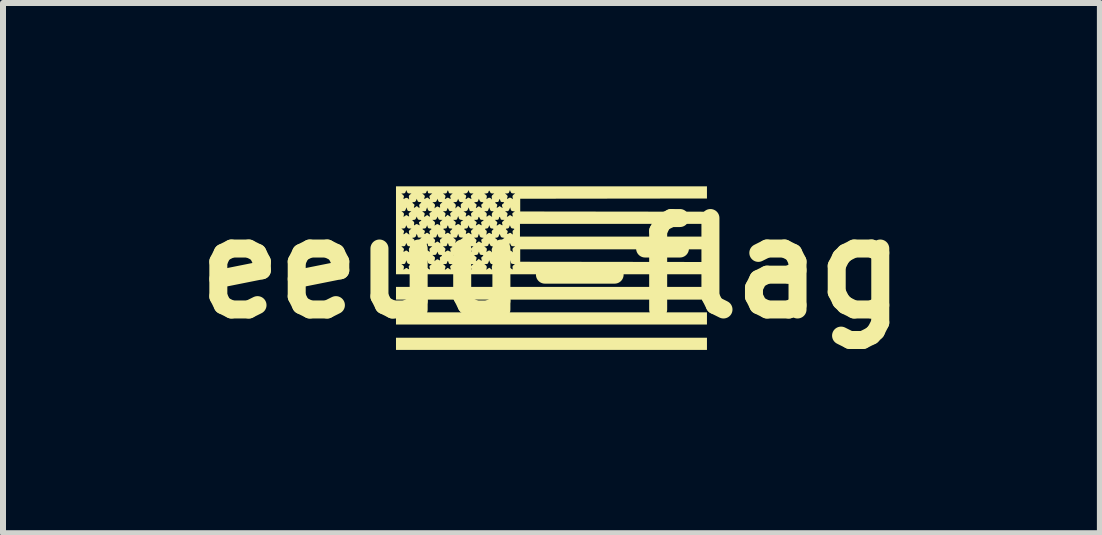
<source format=kicad_pcb>
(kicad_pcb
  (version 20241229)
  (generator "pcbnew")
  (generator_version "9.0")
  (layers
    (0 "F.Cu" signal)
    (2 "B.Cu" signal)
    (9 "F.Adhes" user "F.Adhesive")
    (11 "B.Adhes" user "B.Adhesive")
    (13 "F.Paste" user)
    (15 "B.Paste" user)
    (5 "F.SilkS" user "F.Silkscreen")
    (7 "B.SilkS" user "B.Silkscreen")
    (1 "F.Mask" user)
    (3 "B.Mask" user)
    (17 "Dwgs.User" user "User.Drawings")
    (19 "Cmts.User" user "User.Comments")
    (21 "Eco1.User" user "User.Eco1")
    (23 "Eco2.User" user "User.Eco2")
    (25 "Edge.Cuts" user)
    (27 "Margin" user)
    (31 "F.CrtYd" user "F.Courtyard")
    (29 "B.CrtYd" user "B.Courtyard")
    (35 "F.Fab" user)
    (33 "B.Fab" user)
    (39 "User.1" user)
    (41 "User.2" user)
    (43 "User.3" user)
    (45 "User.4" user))
  (footprint "eeuu-flag"
    (layer "F.Cu")
    (at 6.14 1.418)
    (property "Reference" "eeuu-flag" (at 0 0 0) (layer "F.SilkS") (effects (font (size 1.524 1.524) (thickness 0.3))))
    (attr board_only exclude_from_pos_files exclude_from_bom)
    (fp_poly (pts (xy 2.591 0.525) (xy -2.591 0.525) (xy -2.591 0.313) (xy 2.591 0.313)) (stroke (width 0) (type solid)) (fill yes) (layer "F.SilkS"))
    (fp_poly (pts (xy 2.591 0.94) (xy -2.591 0.94) (xy -2.591 0.737) (xy 2.591 0.737)) (stroke (width 0) (type solid)) (fill yes) (layer "F.SilkS"))
    (fp_poly (pts (xy 2.591 1.363) (xy -2.591 1.363) (xy -2.591 1.16) (xy 2.591 1.16)) (stroke (width 0) (type solid)) (fill yes) (layer "F.SilkS"))
    (fp_poly (pts (xy 2.591 -1.16) (xy 1.035 -1.158) (xy -0.521 -1.156) (xy -0.521 -0.944) (xy 1.035 -0.942) (xy 2.591 -0.94) (xy 2.591 -0.737) (xy -0.525 -0.737) (xy -0.525 -0.525) (xy 2.591 -0.525) (xy 2.591 -0.313) (xy 1.035 -0.313) (xy -0.521 -0.313) (xy -0.521 -0.106) (xy 2.591 -0.102) (xy 2.591 0.000022) (xy 2.591 0.102) (xy -2.591 0.102) (xy -2.591 -0.067) (xy -2.502 -0.067) (xy -2.478 -0.05) (xy -2.463 -0.035) (xy -2.458 -0.02) (xy -2.461 -0.002) (xy -2.466 0.028) (xy -2.442 0.011) (xy -2.424 -0.000485) (xy -2.413 -0.002) (xy -2.399 0.006) (xy -2.394 0.01) (xy -2.378 0.019) (xy -2.371 0.015) (xy -2.375 -0.002) (xy -2.378 -0.013) (xy -2.38 -0.027) (xy -2.369 -0.041) (xy -2.36 -0.048) (xy -2.335 -0.067) (xy -2.347 -0.068) (xy -2.155 -0.068) (xy -2.131 -0.049) (xy -2.115 -0.034) (xy -2.112 -0.021) (xy -2.116 -0.006) (xy -2.123 0.017) (xy -2.121 0.026) (xy -2.109 0.022) (xy -2.091 0.009) (xy -2.076 -0.002) (xy -2.066 -0.002) (xy -2.052 0.01) (xy -2.051 0.01) (xy -2.034 0.022) (xy -2.026 0.02) (xy -2.027 0.004) (xy -2.03 -0.007) (xy -2.035 -0.026) (xy -2.029 -0.038) (xy -2.017 -0.048) (xy -1.994 -0.063) (xy -2.023 -0.068) (xy -2.023 -0.068) (xy -1.808 -0.068) (xy -1.784 -0.049) (xy -1.768 -0.034) (xy -1.765 -0.021) (xy -1.769 -0.006) (xy -1.775 0.012) (xy -1.778 0.022) (xy -1.773 0.026) (xy -1.759 0.019) (xy -1.746 0.009) (xy -1.734 -0.002) (xy -1.724 -0.002) (xy -1.709 0.007) (xy -1.706 0.01) (xy -1.688 0.022) (xy -1.68 0.021) (xy -1.681 0.006) (xy -1.685 -0.005) (xy -1.69 -0.023) (xy -1.685 -0.035) (xy -1.671 -0.049) (xy -1.648 -0.067) (xy -1.466 -0.067) (xy -1.441 -0.048) (xy -1.425 -0.033) (xy -1.421 -0.019) (xy -1.423 -0.013) (xy -1.43 0.011) (xy -1.428 0.021) (xy -1.415 0.017) (xy -1.396 0.003) (xy -1.385 -0.004) (xy -1.372 0.0003) (xy -1.361 0.008) (xy -1.342 0.022) (xy -1.334 0.023) (xy -1.335 0.011) (xy -1.34 -0.001) (xy -1.344 -0.02) (xy -1.34 -0.033) (xy -1.325 -0.047) (xy -1.324 -0.048) (xy -1.3 -0.068) (xy -1.331 -0.068) (xy -1.332 -0.068) (xy -1.12 -0.068) (xy -1.097 -0.05) (xy -1.082 -0.035) (xy -1.078 -0.019) (xy -1.08 -0.002) (xy -1.086 0.028) (xy -1.037 -0.007) (xy -1.012 0.011) (xy -0.988 0.029) (xy -0.994 0.000248) (xy -0.995 -0.024) (xy -0.986 -0.042) (xy -0.981 -0.048) (xy -0.962 -0.068) (xy -0.775 -0.068) (xy -0.75 -0.048) (xy -0.734 -0.033) (xy -0.729 -0.021) (xy -0.734 -0.006) (xy -0.735 -0.005) (xy -0.743 0.017) (xy -0.743 0.025) (xy -0.731 0.022) (xy -0.711 0.008) (xy -0.692 -0.002) (xy -0.682 -0.001) (xy -0.682 -0.000199) (xy -0.67 0.01) (xy -0.659 0.017) (xy -0.648 0.022) (xy -0.645 0.017) (xy -0.648 -0.001) (xy -0.648 -0.002) (xy -0.65 -0.025) (xy -0.642 -0.04) (xy -0.631 -0.049) (xy -0.609 -0.067) (xy -0.64 -0.069) (xy -0.662 -0.073) (xy -0.673 -0.083) (xy -0.68 -0.102) (xy -0.688 -0.131) (xy -0.702 -0.1) (xy -0.713 -0.079) (xy -0.725 -0.07) (xy -0.745 -0.068) (xy -0.775 -0.068) (xy -0.962 -0.068) (xy -0.962 -0.068) (xy -0.988 -0.068) (xy -1.006 -0.07) (xy -1.017 -0.081) (xy -1.026 -0.099) (xy -1.038 -0.131) (xy -1.049 -0.099) (xy -1.058 -0.079) (xy -1.069 -0.07) (xy -1.088 -0.068) (xy -1.09 -0.068) (xy -1.12 -0.068) (xy -1.332 -0.068) (xy -1.352 -0.07) (xy -1.363 -0.074) (xy -1.363 -0.076) (xy -1.366 -0.089) (xy -1.373 -0.107) (xy -1.382 -0.131) (xy -1.392 -0.102) (xy -1.402 -0.081) (xy -1.415 -0.072) (xy -1.435 -0.069) (xy -1.466 -0.067) (xy -1.648 -0.067) (xy -1.647 -0.068) (xy -1.678 -0.068) (xy -1.699 -0.069) (xy -1.709 -0.077) (xy -1.715 -0.093) (xy -1.72 -0.111) (xy -1.727 -0.119) (xy -1.727 -0.119) (xy -1.734 -0.111) (xy -1.74 -0.094) (xy -1.74 -0.093) (xy -1.746 -0.076) (xy -1.757 -0.069) (xy -1.777 -0.068) (xy -1.808 -0.068) (xy -2.023 -0.068) (xy -2.044 -0.074) (xy -2.057 -0.088) (xy -2.062 -0.102) (xy -2.072 -0.131) (xy -2.082 -0.107) (xy -2.089 -0.088) (xy -2.091 -0.076) (xy -2.099 -0.071) (xy -2.117 -0.068) (xy -2.123 -0.068) (xy -2.155 -0.068) (xy -2.347 -0.068) (xy -2.367 -0.069) (xy -2.389 -0.073) (xy -2.401 -0.084) (xy -2.409 -0.102) (xy -2.419 -0.131) (xy -2.429 -0.099) (xy -2.438 -0.079) (xy -2.449 -0.07) (xy -2.469 -0.067) (xy -2.471 -0.067) (xy -2.502 -0.067) (xy -2.591 -0.067) (xy -2.591 -0.209) (xy -2.318 -0.209) (xy -2.306 -0.197) (xy -2.299 -0.191) (xy -2.285 -0.179) (xy -2.283 -0.165) (xy -2.286 -0.156) (xy -2.293 -0.133) (xy -2.291 -0.125) (xy -2.28 -0.129) (xy -2.269 -0.136) (xy -2.243 -0.154) (xy -2.223 -0.136) (xy -2.207 -0.124) (xy -2.198 -0.126) (xy -2.2 -0.142) (xy -2.202 -0.151) (xy -2.206 -0.168) (xy -2.2 -0.182) (xy -2.189 -0.192) (xy -2.172 -0.208) (xy -2.17 -0.217) (xy -2.181 -0.22) (xy -1.985 -0.22) (xy -1.962 -0.2) (xy -1.946 -0.185) (xy -1.941 -0.17) (xy -1.944 -0.148) (xy -1.95 -0.115) (xy -1.926 -0.134) (xy -1.909 -0.146) (xy -1.897 -0.147) (xy -1.883 -0.14) (xy -1.864 -0.129) (xy -1.857 -0.131) (xy -1.857 -0.146) (xy -1.859 -0.156) (xy -1.861 -0.176) (xy -1.855 -0.186) (xy -1.847 -0.19) (xy -1.831 -0.2) (xy -1.826 -0.208) (xy -1.826 -0.216) (xy -1.84 -0.22) (xy -1.851 -0.22) (xy -1.637 -0.22) (xy -1.614 -0.196) (xy -1.599 -0.177) (xy -1.595 -0.159) (xy -1.597 -0.143) (xy -1.603 -0.114) (xy -1.58 -0.135) (xy -1.558 -0.155) (xy -1.532 -0.136) (xy -1.506 -0.117) (xy -1.512 -0.148) (xy -1.514 -0.171) (xy -1.508 -0.186) (xy -1.493 -0.2) (xy -1.48 -0.211) (xy -1.286 -0.211) (xy -1.275 -0.2) (xy -1.265 -0.194) (xy -1.252 -0.184) (xy -1.248 -0.17) (xy -1.252 -0.148) (xy -1.258 -0.132) (xy -1.26 -0.12) (xy -1.251 -0.121) (xy -1.234 -0.133) (xy -1.231 -0.136) (xy -1.212 -0.154) (xy -1.189 -0.136) (xy -1.17 -0.124) (xy -1.162 -0.125) (xy -1.163 -0.139) (xy -1.167 -0.151) (xy -1.171 -0.17) (xy -1.166 -0.182) (xy -1.155 -0.19) (xy -1.138 -0.205) (xy -1.138 -0.21) (xy -0.938 -0.21) (xy -0.928 -0.198) (xy -0.919 -0.191) (xy -0.905 -0.179) (xy -0.903 -0.165) (xy -0.906 -0.156) (xy -0.913 -0.133) (xy -0.911 -0.124) (xy -0.9 -0.128) (xy -0.889 -0.135) (xy -0.864 -0.154) (xy -0.838 -0.135) (xy -0.822 -0.124) (xy -0.813 -0.12) (xy -0.813 -0.12) (xy -0.815 -0.129) (xy -0.82 -0.148) (xy -0.821 -0.151) (xy -0.825 -0.171) (xy -0.819 -0.183) (xy -0.808 -0.192) (xy -0.791 -0.206) (xy -0.79 -0.215) (xy -0.805 -0.22) (xy -0.816 -0.22) (xy -0.837 -0.223) (xy -0.849 -0.233) (xy -0.855 -0.248) (xy -0.866 -0.275) (xy -0.874 -0.248) (xy -0.883 -0.229) (xy -0.896 -0.221) (xy -0.911 -0.22) (xy -0.933 -0.218) (xy -0.938 -0.21) (xy -1.138 -0.21) (xy -1.137 -0.215) (xy -1.152 -0.22) (xy -1.163 -0.22) (xy -1.183 -0.223) (xy -1.194 -0.233) (xy -1.2 -0.248) (xy -1.209 -0.275) (xy -1.219 -0.248) (xy -1.229 -0.229) (xy -1.243 -0.221) (xy -1.258 -0.22) (xy -1.28 -0.218) (xy -1.286 -0.211) (xy -1.48 -0.211) (xy -1.469 -0.22) (xy -1.501 -0.22) (xy -1.523 -0.222) (xy -1.536 -0.232) (xy -1.544 -0.248) (xy -1.556 -0.275) (xy -1.566 -0.248) (xy -1.576 -0.229) (xy -1.589 -0.221) (xy -1.607 -0.22) (xy -1.637 -0.22) (xy -1.851 -0.22) (xy -1.872 -0.222) (xy -1.884 -0.232) (xy -1.89 -0.248) (xy -1.9 -0.275) (xy -1.911 -0.248) (xy -1.921 -0.229) (xy -1.934 -0.221) (xy -1.954 -0.22) (xy -1.985 -0.22) (xy -2.181 -0.22) (xy -2.182 -0.22) (xy -2.196 -0.22) (xy -2.217 -0.223) (xy -2.229 -0.233) (xy -2.235 -0.248) (xy -2.245 -0.275) (xy -2.256 -0.248) (xy -2.268 -0.228) (xy -2.283 -0.221) (xy -2.294 -0.22) (xy -2.314 -0.217) (xy -2.318 -0.209) (xy -2.591 -0.209) (xy -2.591 -0.364) (xy -2.502 -0.364) (xy -2.478 -0.342) (xy -2.462 -0.327) (xy -2.458 -0.313) (xy -2.463 -0.296) (xy -2.467 -0.277) (xy -2.463 -0.272) (xy -2.448 -0.279) (xy -2.439 -0.285) (xy -2.425 -0.293) (xy -2.413 -0.292) (xy -2.397 -0.281) (xy -2.381 -0.269) (xy -2.372 -0.263) (xy -2.372 -0.263) (xy -2.371 -0.27) (xy -2.374 -0.288) (xy -2.375 -0.295) (xy -2.377 -0.318) (xy -2.371 -0.332) (xy -2.356 -0.346) (xy -2.333 -0.363) (xy -2.155 -0.363) (xy -2.13 -0.343) (xy -2.115 -0.329) (xy -2.11 -0.316) (xy -2.115 -0.297) (xy -2.121 -0.279) (xy -2.118 -0.272) (xy -2.105 -0.277) (xy -2.091 -0.285) (xy -2.073 -0.294) (xy -2.062 -0.294) (xy -2.049 -0.284) (xy -2.033 -0.273) (xy -2.027 -0.276) (xy -2.029 -0.293) (xy -2.031 -0.299) (xy -2.035 -0.315) (xy -2.03 -0.327) (xy -2.013 -0.342) (xy -2.013 -0.342) (xy -1.986 -0.364) (xy -1.808 -0.364) (xy -1.784 -0.343) (xy -1.769 -0.327) (xy -1.766 -0.314) (xy -1.77 -0.3) (xy -1.777 -0.279) (xy -1.775 -0.271) (xy -1.763 -0.275) (xy -1.748 -0.285) (xy -1.732 -0.293) (xy -1.719 -0.292) (xy -1.705 -0.284) (xy -1.687 -0.274) (xy -1.679 -0.277) (xy -1.682 -0.293) (xy -1.685 -0.3) (xy -1.689 -0.319) (xy -1.683 -0.331) (xy -1.679 -0.335) (xy -1.664 -0.344) (xy -1.657 -0.347) (xy -1.651 -0.354) (xy -1.651 -0.356) (xy -1.657 -0.36) (xy -1.469 -0.36) (xy -1.442 -0.344) (xy -1.425 -0.331) (xy -1.42 -0.32) (xy -1.423 -0.307) (xy -1.431 -0.281) (xy -1.43 -0.269) (xy -1.42 -0.271) (xy -1.409 -0.28) (xy -1.394 -0.293) (xy -1.382 -0.295) (xy -1.366 -0.287) (xy -1.364 -0.285) (xy -1.343 -0.274) (xy -1.334 -0.273) (xy -1.335 -0.284) (xy -1.339 -0.297) (xy -1.344 -0.316) (xy -1.34 -0.329) (xy -1.324 -0.343) (xy -1.304 -0.36) (xy -1.121 -0.36) (xy -1.097 -0.344) (xy -1.082 -0.332) (xy -1.077 -0.317) (xy -1.079 -0.298) (xy -1.085 -0.268) (xy -1.062 -0.283) (xy -1.044 -0.293) (xy -1.028 -0.292) (xy -1.019 -0.287) (xy -1.004 -0.277) (xy -0.999 -0.27) (xy -0.994 -0.263) (xy -0.994 -0.262) (xy -0.992 -0.27) (xy -0.994 -0.288) (xy -0.995 -0.293) (xy -0.997 -0.316) (xy -0.99 -0.331) (xy -0.976 -0.344) (xy -0.953 -0.363) (xy -0.775 -0.363) (xy -0.75 -0.343) (xy -0.735 -0.329) (xy -0.73 -0.316) (xy -0.735 -0.297) (xy -0.74 -0.278) (xy -0.736 -0.272) (xy -0.721 -0.279) (xy -0.712 -0.285) (xy -0.695 -0.294) (xy -0.679 -0.291) (xy -0.672 -0.287) (xy -0.657 -0.277) (xy -0.652 -0.27) (xy -0.647 -0.263) (xy -0.647 -0.262) (xy -0.645 -0.27) (xy -0.646 -0.288) (xy -0.648 -0.295) (xy -0.65 -0.318) (xy -0.644 -0.332) (xy -0.629 -0.346) (xy -0.605 -0.364) (xy -0.637 -0.364) (xy -0.659 -0.366) (xy -0.672 -0.376) (xy -0.681 -0.392) (xy -0.692 -0.419) (xy -0.703 -0.392) (xy -0.712 -0.373) (xy -0.725 -0.365) (xy -0.744 -0.364) (xy -0.775 -0.363) (xy -0.953 -0.363) (xy -0.983 -0.364) (xy -1.005 -0.366) (xy -1.017 -0.375) (xy -1.024 -0.391) (xy -1.033 -0.408) (xy -1.042 -0.409) (xy -1.05 -0.393) (xy -1.051 -0.385) (xy -1.058 -0.373) (xy -1.077 -0.366) (xy -1.088 -0.364) (xy -1.121 -0.36) (xy -1.304 -0.36) (xy -1.3 -0.363) (xy -1.331 -0.364) (xy -1.352 -0.366) (xy -1.364 -0.376) (xy -1.372 -0.392) (xy -1.382 -0.419) (xy -1.393 -0.394) (xy -1.404 -0.376) (xy -1.422 -0.367) (xy -1.436 -0.364) (xy -1.469 -0.36) (xy -1.657 -0.36) (xy -1.658 -0.361) (xy -1.677 -0.364) (xy -1.68 -0.364) (xy -1.7 -0.366) (xy -1.71 -0.375) (xy -1.715 -0.389) (xy -1.72 -0.407) (xy -1.727 -0.415) (xy -1.727 -0.415) (xy -1.734 -0.408) (xy -1.74 -0.39) (xy -1.74 -0.389) (xy -1.746 -0.372) (xy -1.757 -0.365) (xy -1.777 -0.364) (xy -1.808 -0.364) (xy -1.986 -0.364) (xy -1.985 -0.364) (xy -2.021 -0.364) (xy -2.045 -0.366) (xy -2.056 -0.371) (xy -2.058 -0.379) (xy -2.062 -0.399) (xy -2.066 -0.406) (xy -2.072 -0.412) (xy -2.078 -0.404) (xy -2.083 -0.392) (xy -2.092 -0.373) (xy -2.105 -0.365) (xy -2.124 -0.364) (xy -2.155 -0.363) (xy -2.333 -0.363) (xy -2.333 -0.364) (xy -2.364 -0.364) (xy -2.387 -0.366) (xy -2.4 -0.376) (xy -2.408 -0.392) (xy -2.42 -0.419) (xy -2.43 -0.392) (xy -2.439 -0.373) (xy -2.453 -0.365) (xy -2.471 -0.364) (xy -2.502 -0.364) (xy -2.591 -0.364) (xy -2.591 -0.503) (xy -2.324 -0.503) (xy -2.301 -0.488) (xy -2.286 -0.475) (xy -2.283 -0.462) (xy -2.286 -0.452) (xy -2.294 -0.428) (xy -2.291 -0.418) (xy -2.279 -0.422) (xy -2.26 -0.437) (xy -2.248 -0.444) (xy -2.236 -0.44) (xy -2.223 -0.431) (xy -2.204 -0.419) (xy -2.196 -0.419) (xy -2.198 -0.433) (xy -2.203 -0.444) (xy -2.209 -0.461) (xy -2.205 -0.472) (xy -2.19 -0.486) (xy -2.188 -0.488) (xy -2.165 -0.507) (xy -1.97 -0.507) (xy -1.969 -0.501) (xy -1.956 -0.489) (xy -1.955 -0.488) (xy -1.94 -0.471) (xy -1.939 -0.455) (xy -1.94 -0.452) (xy -1.947 -0.43) (xy -1.944 -0.421) (xy -1.931 -0.425) (xy -1.924 -0.43) (xy -1.908 -0.441) (xy -1.896 -0.442) (xy -1.881 -0.433) (xy -1.876 -0.429) (xy -1.852 -0.412) (xy -1.857 -0.442) (xy -1.86 -0.464) (xy -1.853 -0.478) (xy -1.84 -0.49) (xy -1.816 -0.507) (xy -1.847 -0.508) (xy -1.849 -0.508) (xy -1.638 -0.508) (xy -1.614 -0.488) (xy -1.598 -0.474) (xy -1.594 -0.461) (xy -1.598 -0.442) (xy -1.598 -0.442) (xy -1.604 -0.422) (xy -1.6 -0.416) (xy -1.586 -0.423) (xy -1.575 -0.431) (xy -1.56 -0.442) (xy -1.549 -0.442) (xy -1.534 -0.433) (xy -1.531 -0.431) (xy -1.514 -0.421) (xy -1.508 -0.425) (xy -1.511 -0.442) (xy -1.515 -0.453) (xy -1.516 -0.467) (xy -1.505 -0.481) (xy -1.496 -0.488) (xy -1.471 -0.507) (xy -1.478 -0.507) (xy -1.291 -0.507) (xy -1.268 -0.488) (xy -1.252 -0.473) (xy -1.249 -0.46) (xy -1.253 -0.445) (xy -1.26 -0.423) (xy -1.258 -0.415) (xy -1.247 -0.419) (xy -1.23 -0.432) (xy -1.215 -0.443) (xy -1.204 -0.443) (xy -1.189 -0.433) (xy -1.187 -0.432) (xy -1.169 -0.42) (xy -1.162 -0.421) (xy -1.163 -0.437) (xy -1.167 -0.448) (xy -1.171 -0.467) (xy -1.166 -0.479) (xy -1.153 -0.488) (xy -1.13 -0.503) (xy -1.132 -0.504) (xy -0.944 -0.504) (xy -0.92 -0.486) (xy -0.904 -0.473) (xy -0.901 -0.461) (xy -0.905 -0.451) (xy -0.914 -0.429) (xy -0.912 -0.419) (xy -0.9 -0.423) (xy -0.88 -0.437) (xy -0.868 -0.444) (xy -0.856 -0.44) (xy -0.843 -0.431) (xy -0.825 -0.419) (xy -0.816 -0.419) (xy -0.818 -0.434) (xy -0.822 -0.445) (xy -0.826 -0.463) (xy -0.821 -0.475) (xy -0.807 -0.487) (xy -0.783 -0.504) (xy -0.813 -0.508) (xy -0.835 -0.514) (xy -0.846 -0.527) (xy -0.851 -0.54) (xy -0.857 -0.558) (xy -0.863 -0.567) (xy -0.864 -0.567) (xy -0.869 -0.56) (xy -0.876 -0.542) (xy -0.877 -0.54) (xy -0.886 -0.52) (xy -0.901 -0.511) (xy -0.914 -0.508) (xy -0.944 -0.504) (xy -1.132 -0.504) (xy -1.159 -0.508) (xy -1.18 -0.514) (xy -1.193 -0.528) (xy -1.198 -0.542) (xy -1.209 -0.572) (xy -1.218 -0.548) (xy -1.225 -0.528) (xy -1.228 -0.516) (xy -1.235 -0.511) (xy -1.254 -0.508) (xy -1.259 -0.508) (xy -1.291 -0.507) (xy -1.478 -0.507) (xy -1.503 -0.51) (xy -1.526 -0.513) (xy -1.538 -0.524) (xy -1.545 -0.542) (xy -1.555 -0.572) (xy -1.566 -0.54) (xy -1.575 -0.52) (xy -1.584 -0.509) (xy -1.586 -0.509) (xy -1.602 -0.509) (xy -1.617 -0.509) (xy -1.638 -0.508) (xy -1.849 -0.508) (xy -1.867 -0.51) (xy -1.88 -0.519) (xy -1.89 -0.539) (xy -1.89 -0.54) (xy -1.902 -0.572) (xy -1.911 -0.542) (xy -1.919 -0.522) (xy -1.929 -0.512) (xy -1.931 -0.511) (xy -1.95 -0.51) (xy -1.96 -0.509) (xy -1.97 -0.507) (xy -2.165 -0.507) (xy -2.163 -0.508) (xy -2.195 -0.508) (xy -2.215 -0.51) (xy -2.226 -0.514) (xy -2.227 -0.516) (xy -2.23 -0.529) (xy -2.236 -0.548) (xy -2.246 -0.572) (xy -2.256 -0.542) (xy -2.266 -0.521) (xy -2.282 -0.511) (xy -2.295 -0.508) (xy -2.324 -0.503) (xy -2.591 -0.503) (xy -2.591 -0.66) (xy -2.502 -0.66) (xy -2.477 -0.639) (xy -2.461 -0.624) (xy -2.456 -0.612) (xy -2.46 -0.595) (xy -2.461 -0.593) (xy -2.467 -0.572) (xy -2.463 -0.563) (xy -2.45 -0.57) (xy -2.441 -0.577) (xy -2.421 -0.596) (xy -2.395 -0.576) (xy -2.368 -0.557) (xy -2.374 -0.589) (xy -2.377 -0.611) (xy -2.371 -0.626) (xy -2.356 -0.64) (xy -2.343 -0.651) (xy -2.149 -0.651) (xy -2.139 -0.64) (xy -2.129 -0.635) (xy -2.114 -0.625) (xy -2.109 -0.614) (xy -2.114 -0.596) (xy -2.116 -0.589) (xy -2.12 -0.572) (xy -2.112 -0.567) (xy -2.097 -0.575) (xy -2.09 -0.581) (xy -2.079 -0.589) (xy -2.068 -0.588) (xy -2.051 -0.577) (xy -2.033 -0.565) (xy -2.025 -0.566) (xy -2.027 -0.58) (xy -2.031 -0.592) (xy -2.035 -0.611) (xy -2.03 -0.623) (xy -2.019 -0.632) (xy -2.002 -0.646) (xy -2.001 -0.65) (xy -1.802 -0.65) (xy -1.792 -0.638) (xy -1.783 -0.632) (xy -1.769 -0.62) (xy -1.767 -0.605) (xy -1.769 -0.593) (xy -1.773 -0.574) (xy -1.768 -0.568) (xy -1.753 -0.576) (xy -1.746 -0.581) (xy -1.731 -0.589) (xy -1.719 -0.587) (xy -1.704 -0.577) (xy -1.686 -0.565) (xy -1.679 -0.565) (xy -1.681 -0.578) (xy -1.685 -0.589) (xy -1.69 -0.608) (xy -1.685 -0.621) (xy -1.673 -0.632) (xy -1.656 -0.648) (xy -1.655 -0.65) (xy -1.455 -0.65) (xy -1.444 -0.638) (xy -1.435 -0.632) (xy -1.421 -0.62) (xy -1.42 -0.606) (xy -1.423 -0.596) (xy -1.428 -0.576) (xy -1.424 -0.57) (xy -1.408 -0.576) (xy -1.402 -0.58) (xy -1.386 -0.589) (xy -1.375 -0.588) (xy -1.358 -0.577) (xy -1.358 -0.576) (xy -1.34 -0.564) (xy -1.332 -0.564) (xy -1.334 -0.578) (xy -1.338 -0.591) (xy -1.343 -0.61) (xy -1.339 -0.623) (xy -1.324 -0.639) (xy -1.324 -0.639) (xy -1.312 -0.649) (xy -1.108 -0.649) (xy -1.096 -0.635) (xy -1.092 -0.632) (xy -1.08 -0.621) (xy -1.078 -0.605) (xy -1.08 -0.588) (xy -1.086 -0.556) (xy -1.063 -0.574) (xy -1.045 -0.586) (xy -1.033 -0.588) (xy -1.019 -0.58) (xy -1.001 -0.569) (xy -0.993 -0.571) (xy -0.993 -0.585) (xy -0.995 -0.593) (xy -0.997 -0.614) (xy -0.988 -0.628) (xy -0.983 -0.632) (xy -0.968 -0.646) (xy -0.968 -0.649) (xy -0.76 -0.649) (xy -0.748 -0.635) (xy -0.743 -0.631) (xy -0.731 -0.62) (xy -0.729 -0.607) (xy -0.734 -0.593) (xy -0.739 -0.574) (xy -0.733 -0.568) (xy -0.717 -0.575) (xy -0.708 -0.58) (xy -0.693 -0.588) (xy -0.68 -0.586) (xy -0.668 -0.576) (xy -0.651 -0.563) (xy -0.644 -0.562) (xy -0.645 -0.575) (xy -0.647 -0.589) (xy -0.649 -0.612) (xy -0.644 -0.625) (xy -0.636 -0.632) (xy -0.62 -0.646) (xy -0.622 -0.656) (xy -0.639 -0.66) (xy -0.644 -0.66) (xy -0.663 -0.664) (xy -0.676 -0.676) (xy -0.681 -0.688) (xy -0.693 -0.715) (xy -0.703 -0.688) (xy -0.713 -0.668) (xy -0.727 -0.661) (xy -0.737 -0.66) (xy -0.757 -0.657) (xy -0.76 -0.649) (xy -0.968 -0.649) (xy -0.969 -0.656) (xy -0.985 -0.66) (xy -0.991 -0.66) (xy -1.01 -0.663) (xy -1.021 -0.675) (xy -1.026 -0.688) (xy -1.036 -0.715) (xy -1.047 -0.688) (xy -1.058 -0.668) (xy -1.073 -0.661) (xy -1.084 -0.66) (xy -1.104 -0.657) (xy -1.108 -0.649) (xy -1.312 -0.649) (xy -1.3 -0.66) (xy -1.331 -0.66) (xy -1.352 -0.662) (xy -1.364 -0.672) (xy -1.372 -0.688) (xy -1.382 -0.715) (xy -1.391 -0.688) (xy -1.399 -0.669) (xy -1.412 -0.661) (xy -1.428 -0.66) (xy -1.449 -0.658) (xy -1.455 -0.65) (xy -1.655 -0.65) (xy -1.653 -0.657) (xy -1.666 -0.66) (xy -1.681 -0.66) (xy -1.701 -0.662) (xy -1.711 -0.671) (xy -1.716 -0.686) (xy -1.721 -0.704) (xy -1.727 -0.711) (xy -1.728 -0.711) (xy -1.734 -0.704) (xy -1.74 -0.686) (xy -1.74 -0.686) (xy -1.746 -0.668) (xy -1.758 -0.661) (xy -1.774 -0.66) (xy -1.796 -0.658) (xy -1.802 -0.65) (xy -2.001 -0.65) (xy -2.001 -0.655) (xy -2.016 -0.66) (xy -2.027 -0.66) (xy -2.047 -0.663) (xy -2.058 -0.673) (xy -2.064 -0.688) (xy -2.072 -0.715) (xy -2.083 -0.688) (xy -2.092 -0.669) (xy -2.106 -0.661) (xy -2.122 -0.66) (xy -2.144 -0.658) (xy -2.149 -0.651) (xy -2.343 -0.651) (xy -2.333 -0.66) (xy -2.364 -0.66) (xy -2.387 -0.662) (xy -2.4 -0.672) (xy -2.408 -0.688) (xy -2.42 -0.715) (xy -2.43 -0.688) (xy -2.439 -0.669) (xy -2.453 -0.662) (xy -2.471 -0.66) (xy -2.502 -0.66) (xy -2.591 -0.66) (xy -2.591 -0.795) (xy -2.318 -0.795) (xy -2.306 -0.783) (xy -2.302 -0.78) (xy -2.29 -0.769) (xy -2.287 -0.751) (xy -2.289 -0.74) (xy -2.291 -0.719) (xy -2.286 -0.712) (xy -2.274 -0.72) (xy -2.268 -0.725) (xy -2.254 -0.734) (xy -2.24 -0.733) (xy -2.229 -0.728) (xy -2.21 -0.718) (xy -2.199 -0.713) (xy -2.197 -0.717) (xy -2.201 -0.732) (xy -2.201 -0.732) (xy -2.208 -0.754) (xy -2.207 -0.766) (xy -2.195 -0.775) (xy -2.189 -0.779) (xy -2.171 -0.791) (xy -2.17 -0.8) (xy -2.185 -0.804) (xy -2.194 -0.804) (xy -1.985 -0.804) (xy -1.961 -0.785) (xy -1.945 -0.769) (xy -1.941 -0.754) (xy -1.943 -0.737) (xy -1.949 -0.708) (xy -1.926 -0.723) (xy -1.909 -0.733) (xy -1.896 -0.733) (xy -1.879 -0.725) (xy -1.877 -0.724) (xy -1.852 -0.709) (xy -1.857 -0.737) (xy -1.859 -0.758) (xy -1.851 -0.774) (xy -1.84 -0.785) (xy -1.816 -0.804) (xy -1.638 -0.804) (xy -1.614 -0.784) (xy -1.598 -0.769) (xy -1.594 -0.756) (xy -1.599 -0.737) (xy -1.604 -0.718) (xy -1.599 -0.712) (xy -1.585 -0.719) (xy -1.576 -0.725) (xy -1.561 -0.734) (xy -1.548 -0.733) (xy -1.531 -0.724) (xy -1.506 -0.71) (xy -1.512 -0.739) (xy -1.514 -0.761) (xy -1.507 -0.774) (xy -1.493 -0.785) (xy -1.469 -0.8) (xy -1.498 -0.804) (xy -1.291 -0.804) (xy -1.266 -0.783) (xy -1.25 -0.769) (xy -1.246 -0.757) (xy -1.251 -0.741) (xy -1.251 -0.741) (xy -1.26 -0.719) (xy -1.259 -0.711) (xy -1.247 -0.715) (xy -1.232 -0.725) (xy -1.215 -0.734) (xy -1.202 -0.732) (xy -1.189 -0.724) (xy -1.17 -0.714) (xy -1.163 -0.717) (xy -1.166 -0.733) (xy -1.169 -0.741) (xy -1.173 -0.76) (xy -1.169 -0.77) (xy -1.167 -0.771) (xy -1.151 -0.781) (xy -1.139 -0.791) (xy -1.129 -0.799) (xy -1.131 -0.803) (xy -1.144 -0.804) (xy -0.944 -0.804) (xy -0.921 -0.783) (xy -0.906 -0.768) (xy -0.902 -0.754) (xy -0.906 -0.741) (xy -0.913 -0.718) (xy -0.912 -0.709) (xy -0.9 -0.713) (xy -0.889 -0.721) (xy -0.872 -0.732) (xy -0.86 -0.734) (xy -0.845 -0.727) (xy -0.842 -0.724) (xy -0.823 -0.714) (xy -0.816 -0.717) (xy -0.818 -0.732) (xy -0.821 -0.74) (xy -0.825 -0.757) (xy -0.819 -0.77) (xy -0.806 -0.783) (xy -0.783 -0.804) (xy -0.814 -0.804) (xy -0.835 -0.806) (xy -0.846 -0.814) (xy -0.851 -0.83) (xy -0.857 -0.848) (xy -0.863 -0.855) (xy -0.864 -0.855) (xy -0.87 -0.848) (xy -0.876 -0.83) (xy -0.876 -0.83) (xy -0.882 -0.813) (xy -0.893 -0.806) (xy -0.913 -0.804) (xy -0.944 -0.804) (xy -1.144 -0.804) (xy -1.147 -0.804) (xy -1.154 -0.804) (xy -1.176 -0.806) (xy -1.188 -0.815) (xy -1.195 -0.83) (xy -1.203 -0.847) (xy -1.21 -0.855) (xy -1.211 -0.855) (xy -1.217 -0.848) (xy -1.222 -0.83) (xy -1.222 -0.83) (xy -1.227 -0.813) (xy -1.238 -0.806) (xy -1.259 -0.804) (xy -1.291 -0.804) (xy -1.498 -0.804) (xy -1.502 -0.804) (xy -1.525 -0.809) (xy -1.538 -0.82) (xy -1.545 -0.838) (xy -1.555 -0.868) (xy -1.566 -0.836) (xy -1.574 -0.815) (xy -1.585 -0.806) (xy -1.605 -0.804) (xy -1.607 -0.804) (xy -1.638 -0.804) (xy -1.816 -0.804) (xy -1.847 -0.804) (xy -1.869 -0.806) (xy -1.881 -0.816) (xy -1.888 -0.832) (xy -1.898 -0.859) (xy -1.91 -0.832) (xy -1.921 -0.813) (xy -1.935 -0.806) (xy -1.954 -0.804) (xy -1.985 -0.804) (xy -2.194 -0.804) (xy -2.196 -0.804) (xy -2.217 -0.807) (xy -2.229 -0.818) (xy -2.235 -0.832) (xy -2.245 -0.859) (xy -2.257 -0.832) (xy -2.269 -0.812) (xy -2.284 -0.805) (xy -2.294 -0.804) (xy -2.315 -0.802) (xy -2.318 -0.795) (xy -2.591 -0.795) (xy -2.591 -0.948) (xy -2.5 -0.948) (xy -2.477 -0.931) (xy -2.462 -0.916) (xy -2.458 -0.9) (xy -2.461 -0.883) (xy -2.466 -0.852) (xy -2.442 -0.87) (xy -2.424 -0.881) (xy -2.413 -0.883) (xy -2.399 -0.874) (xy -2.394 -0.871) (xy -2.378 -0.861) (xy -2.371 -0.865) (xy -2.375 -0.882) (xy -2.378 -0.893) (xy -2.38 -0.908) (xy -2.369 -0.922) (xy -2.36 -0.929) (xy -2.335 -0.947) (xy -2.348 -0.948) (xy -2.155 -0.948) (xy -2.131 -0.929) (xy -2.115 -0.915) (xy -2.112 -0.902) (xy -2.116 -0.886) (xy -2.123 -0.864) (xy -2.121 -0.855) (xy -2.109 -0.859) (xy -2.091 -0.872) (xy -2.076 -0.882) (xy -2.066 -0.882) (xy -2.052 -0.871) (xy -2.051 -0.87) (xy -2.034 -0.858) (xy -2.026 -0.86) (xy -2.027 -0.877) (xy -2.031 -0.888) (xy -2.035 -0.907) (xy -2.03 -0.918) (xy -2.014 -0.929) (xy -1.988 -0.944) (xy -2.019 -0.948) (xy -1.808 -0.948) (xy -1.784 -0.929) (xy -1.768 -0.915) (xy -1.765 -0.902) (xy -1.769 -0.886) (xy -1.776 -0.863) (xy -1.774 -0.854) (xy -1.763 -0.859) (xy -1.748 -0.872) (xy -1.73 -0.889) (xy -1.707 -0.871) (xy -1.688 -0.859) (xy -1.68 -0.86) (xy -1.681 -0.874) (xy -1.685 -0.886) (xy -1.69 -0.903) (xy -1.685 -0.916) (xy -1.671 -0.929) (xy -1.652 -0.944) (xy -1.466 -0.944) (xy -1.44 -0.929) (xy -1.423 -0.917) (xy -1.419 -0.906) (xy -1.423 -0.892) (xy -1.43 -0.869) (xy -1.428 -0.859) (xy -1.416 -0.863) (xy -1.396 -0.878) (xy -1.385 -0.884) (xy -1.372 -0.88) (xy -1.361 -0.872) (xy -1.342 -0.859) (xy -1.334 -0.858) (xy -1.335 -0.87) (xy -1.338 -0.883) (xy -1.342 -0.903) (xy -1.337 -0.916) (xy -1.323 -0.929) (xy -1.3 -0.948) (xy -1.331 -0.948) (xy -1.332 -0.948) (xy -1.12 -0.948) (xy -1.097 -0.931) (xy -1.082 -0.916) (xy -1.078 -0.899) (xy -1.08 -0.883) (xy -1.083 -0.864) (xy -1.081 -0.858) (xy -1.07 -0.862) (xy -1.068 -0.863) (xy -1.052 -0.874) (xy -1.046 -0.881) (xy -1.036 -0.882) (xy -1.017 -0.873) (xy -1.014 -0.871) (xy -0.988 -0.852) (xy -0.994 -0.88) (xy -0.995 -0.904) (xy -0.985 -0.923) (xy -0.981 -0.929) (xy -0.962 -0.948) (xy -0.773 -0.948) (xy -0.75 -0.93) (xy -0.735 -0.916) (xy -0.731 -0.901) (xy -0.737 -0.88) (xy -0.741 -0.87) (xy -0.743 -0.858) (xy -0.734 -0.857) (xy -0.714 -0.869) (xy -0.712 -0.871) (xy -0.696 -0.882) (xy -0.685 -0.882) (xy -0.67 -0.871) (xy -0.652 -0.86) (xy -0.645 -0.862) (xy -0.647 -0.878) (xy -0.65 -0.887) (xy -0.654 -0.905) (xy -0.648 -0.917) (xy -0.634 -0.928) (xy -0.609 -0.944) (xy -0.641 -0.948) (xy -0.663 -0.953) (xy -0.674 -0.965) (xy -0.68 -0.982) (xy -0.688 -1.012) (xy -0.702 -0.98) (xy -0.713 -0.959) (xy -0.725 -0.95) (xy -0.744 -0.948) (xy -0.773 -0.948) (xy -0.962 -0.948) (xy -0.988 -0.948) (xy -1.006 -0.951) (xy -1.017 -0.961) (xy -1.026 -0.98) (xy -1.038 -1.012) (xy -1.049 -0.98) (xy -1.058 -0.959) (xy -1.069 -0.95) (xy -1.088 -0.948) (xy -1.09 -0.948) (xy -1.12 -0.948) (xy -1.332 -0.948) (xy -1.352 -0.95) (xy -1.363 -0.955) (xy -1.363 -0.956) (xy -1.366 -0.969) (xy -1.373 -0.988) (xy -1.382 -1.012) (xy -1.392 -0.982) (xy -1.402 -0.962) (xy -1.417 -0.952) (xy -1.434 -0.948) (xy -1.466 -0.944) (xy -1.652 -0.944) (xy -1.647 -0.948) (xy -1.675 -0.948) (xy -1.696 -0.951) (xy -1.708 -0.963) (xy -1.713 -0.974) (xy -1.721 -0.991) (xy -1.729 -0.999) (xy -1.729 -0.999) (xy -1.736 -0.992) (xy -1.741 -0.974) (xy -1.741 -0.974) (xy -1.747 -0.957) (xy -1.758 -0.95) (xy -1.777 -0.948) (xy -1.808 -0.948) (xy -2.019 -0.948) (xy -2.02 -0.948) (xy -2.043 -0.954) (xy -2.055 -0.966) (xy -2.062 -0.982) (xy -2.072 -1.012) (xy -2.082 -0.988) (xy -2.089 -0.968) (xy -2.091 -0.956) (xy -2.099 -0.951) (xy -2.117 -0.948) (xy -2.123 -0.948) (xy -2.155 -0.948) (xy -2.348 -0.948) (xy -2.367 -0.95) (xy -2.389 -0.953) (xy -2.4 -0.963) (xy -2.407 -0.982) (xy -2.416 -1.012) (xy -2.428 -0.98) (xy -2.438 -0.959) (xy -2.45 -0.95) (xy -2.47 -0.948) (xy -2.5 -0.948) (xy -2.591 -0.948) (xy -2.591 -1.09) (xy -2.318 -1.09) (xy -2.306 -1.077) (xy -2.299 -1.072) (xy -2.285 -1.06) (xy -2.283 -1.046) (xy -2.286 -1.037) (xy -2.293 -1.014) (xy -2.291 -1.005) (xy -2.28 -1.009) (xy -2.269 -1.016) (xy -2.243 -1.035) (xy -2.223 -1.017) (xy -2.207 -1.005) (xy -2.198 -1.007) (xy -2.2 -1.023) (xy -2.202 -1.032) (xy -2.206 -1.049) (xy -2.2 -1.062) (xy -2.189 -1.073) (xy -2.172 -1.089) (xy -2.17 -1.097) (xy -2.181 -1.1) (xy -1.985 -1.1) (xy -1.962 -1.08) (xy -1.946 -1.065) (xy -1.941 -1.05) (xy -1.944 -1.028) (xy -1.95 -0.996) (xy -1.926 -1.015) (xy -1.909 -1.026) (xy -1.897 -1.028) (xy -1.883 -1.02) (xy -1.864 -1.01) (xy -1.856 -1.011) (xy -1.857 -1.025) (xy -1.858 -1.033) (xy -1.86 -1.052) (xy -1.851 -1.068) (xy -1.84 -1.079) (xy -1.816 -1.1) (xy -1.638 -1.1) (xy -1.615 -1.079) (xy -1.599 -1.063) (xy -1.594 -1.047) (xy -1.597 -1.027) (xy -1.602 -0.995) (xy -1.58 -1.015) (xy -1.558 -1.036) (xy -1.505 -0.997) (xy -1.511 -1.029) (xy -1.513 -1.052) (xy -1.508 -1.067) (xy -1.493 -1.08) (xy -1.48 -1.091) (xy -1.286 -1.091) (xy -1.275 -1.081) (xy -1.265 -1.075) (xy -1.252 -1.065) (xy -1.248 -1.051) (xy -1.252 -1.03) (xy -1.259 -1.011) (xy -1.259 -1.002) (xy -1.249 -1.005) (xy -1.228 -1.021) (xy -1.226 -1.022) (xy -1.214 -1.03) (xy -1.203 -1.027) (xy -1.189 -1.017) (xy -1.17 -1.004) (xy -1.162 -1.005) (xy -1.163 -1.02) (xy -1.167 -1.032) (xy -1.171 -1.051) (xy -1.166 -1.063) (xy -1.155 -1.071) (xy -1.138 -1.085) (xy -1.137 -1.091) (xy -0.939 -1.091) (xy -0.928 -1.078) (xy -0.919 -1.072) (xy -0.905 -1.06) (xy -0.903 -1.046) (xy -0.906 -1.037) (xy -0.913 -1.014) (xy -0.911 -1.005) (xy -0.9 -1.009) (xy -0.889 -1.016) (xy -0.864 -1.034) (xy -0.837 -1.015) (xy -0.819 -1.004) (xy -0.814 -1.005) (xy -0.814 -1.008) (xy -0.824 -1.035) (xy -0.826 -1.052) (xy -0.82 -1.063) (xy -0.809 -1.072) (xy -0.791 -1.086) (xy -0.79 -1.095) (xy -0.805 -1.1) (xy -0.817 -1.101) (xy -0.838 -1.103) (xy -0.848 -1.111) (xy -0.852 -1.126) (xy -0.858 -1.144) (xy -0.864 -1.151) (xy -0.864 -1.151) (xy -0.87 -1.144) (xy -0.876 -1.127) (xy -0.876 -1.126) (xy -0.882 -1.109) (xy -0.895 -1.102) (xy -0.911 -1.101) (xy -0.933 -1.098) (xy -0.939 -1.091) (xy -1.137 -1.091) (xy -1.137 -1.095) (xy -1.152 -1.1) (xy -1.16 -1.101) (xy -1.18 -1.104) (xy -1.192 -1.117) (xy -1.198 -1.128) (xy -1.21 -1.156) (xy -1.22 -1.128) (xy -1.229 -1.109) (xy -1.243 -1.102) (xy -1.258 -1.101) (xy -1.28 -1.098) (xy -1.286 -1.091) (xy -1.48 -1.091) (xy -1.469 -1.1) (xy -1.501 -1.1) (xy -1.523 -1.103) (xy -1.536 -1.112) (xy -1.544 -1.128) (xy -1.556 -1.156) (xy -1.566 -1.128) (xy -1.576 -1.109) (xy -1.589 -1.102) (xy -1.607 -1.1) (xy -1.638 -1.1) (xy -1.816 -1.1) (xy -1.848 -1.1) (xy -1.87 -1.102) (xy -1.882 -1.111) (xy -1.89 -1.128) (xy -1.9 -1.156) (xy -1.911 -1.128) (xy -1.921 -1.11) (xy -1.934 -1.102) (xy -1.954 -1.1) (xy -1.985 -1.1) (xy -2.181 -1.1) (xy -2.182 -1.1) (xy -2.196 -1.101) (xy -2.217 -1.103) (xy -2.229 -1.114) (xy -2.235 -1.128) (xy -2.245 -1.156) (xy -2.256 -1.128) (xy -2.268 -1.109) (xy -2.283 -1.101) (xy -2.294 -1.101) (xy -2.314 -1.098) (xy -2.318 -1.09) (xy -2.591 -1.09) (xy -2.591 -1.244) (xy -2.502 -1.244) (xy -2.478 -1.223) (xy -2.462 -1.207) (xy -2.458 -1.194) (xy -2.463 -1.177) (xy -2.467 -1.158) (xy -2.463 -1.152) (xy -2.447 -1.16) (xy -2.441 -1.164) (xy -2.423 -1.172) (xy -2.404 -1.169) (xy -2.401 -1.167) (xy -2.385 -1.158) (xy -2.379 -1.15) (xy -2.375 -1.143) (xy -2.374 -1.143) (xy -2.372 -1.15) (xy -2.374 -1.169) (xy -2.375 -1.176) (xy -2.377 -1.199) (xy -2.371 -1.213) (xy -2.356 -1.226) (xy -2.333 -1.244) (xy -2.155 -1.244) (xy -2.13 -1.224) (xy -2.115 -1.209) (xy -2.11 -1.196) (xy -2.115 -1.178) (xy -2.121 -1.159) (xy -2.118 -1.153) (xy -2.105 -1.158) (xy -2.09 -1.166) (xy -2.073 -1.175) (xy -2.062 -1.174) (xy -2.048 -1.163) (xy -2.047 -1.162) (xy -2.032 -1.149) (xy -2.025 -1.15) (xy -2.027 -1.165) (xy -2.031 -1.176) (xy -2.035 -1.194) (xy -2.031 -1.206) (xy -2.016 -1.22) (xy -2.012 -1.223) (xy -1.986 -1.244) (xy -1.808 -1.244) (xy -1.784 -1.225) (xy -1.769 -1.21) (xy -1.765 -1.197) (xy -1.769 -1.182) (xy -1.777 -1.16) (xy -1.775 -1.151) (xy -1.763 -1.156) (xy -1.748 -1.165) (xy -1.732 -1.174) (xy -1.719 -1.172) (xy -1.705 -1.164) (xy -1.687 -1.154) (xy -1.679 -1.157) (xy -1.682 -1.173) (xy -1.685 -1.18) (xy -1.689 -1.197) (xy -1.683 -1.211) (xy -1.67 -1.224) (xy -1.651 -1.24) (xy -1.469 -1.24) (xy -1.442 -1.224) (xy -1.425 -1.212) (xy -1.42 -1.2) (xy -1.423 -1.188) (xy -1.431 -1.162) (xy -1.43 -1.15) (xy -1.42 -1.152) (xy -1.409 -1.16) (xy -1.394 -1.173) (xy -1.382 -1.175) (xy -1.366 -1.167) (xy -1.364 -1.166) (xy -1.343 -1.155) (xy -1.334 -1.154) (xy -1.335 -1.165) (xy -1.339 -1.178) (xy -1.344 -1.196) (xy -1.34 -1.209) (xy -1.324 -1.224) (xy -1.304 -1.24) (xy -1.121 -1.24) (xy -1.097 -1.225) (xy -1.082 -1.212) (xy -1.077 -1.198) (xy -1.079 -1.179) (xy -1.085 -1.149) (xy -1.062 -1.164) (xy -1.044 -1.173) (xy -1.028 -1.172) (xy -1.019 -1.168) (xy -1.004 -1.158) (xy -0.999 -1.15) (xy -0.994 -1.143) (xy -0.994 -1.143) (xy -0.992 -1.15) (xy -0.994 -1.168) (xy -0.995 -1.174) (xy -0.997 -1.196) (xy -0.99 -1.212) (xy -0.976 -1.224) (xy -0.953 -1.244) (xy -0.775 -1.244) (xy -0.75 -1.224) (xy -0.735 -1.209) (xy -0.73 -1.196) (xy -0.735 -1.178) (xy -0.741 -1.159) (xy -0.738 -1.153) (xy -0.725 -1.159) (xy -0.714 -1.166) (xy -0.699 -1.174) (xy -0.686 -1.174) (xy -0.667 -1.165) (xy -0.642 -1.149) (xy -0.648 -1.178) (xy -0.65 -1.198) (xy -0.643 -1.213) (xy -0.63 -1.225) (xy -0.605 -1.245) (xy -0.637 -1.245) (xy -0.659 -1.247) (xy -0.672 -1.256) (xy -0.681 -1.272) (xy -0.692 -1.3) (xy -0.703 -1.272) (xy -0.712 -1.253) (xy -0.725 -1.246) (xy -0.744 -1.244) (xy -0.775 -1.244) (xy -0.953 -1.244) (xy -0.983 -1.244) (xy -1.005 -1.247) (xy -1.017 -1.256) (xy -1.024 -1.272) (xy -1.033 -1.289) (xy -1.042 -1.289) (xy -1.05 -1.273) (xy -1.051 -1.266) (xy -1.058 -1.253) (xy -1.077 -1.246) (xy -1.088 -1.245) (xy -1.121 -1.24) (xy -1.304 -1.24) (xy -1.3 -1.244) (xy -1.331 -1.244) (xy -1.352 -1.247) (xy -1.364 -1.256) (xy -1.372 -1.272) (xy -1.382 -1.3) (xy -1.393 -1.274) (xy -1.404 -1.256) (xy -1.422 -1.247) (xy -1.436 -1.245) (xy -1.469 -1.24) (xy -1.651 -1.24) (xy -1.647 -1.244) (xy -1.678 -1.244) (xy -1.699 -1.246) (xy -1.709 -1.254) (xy -1.715 -1.27) (xy -1.722 -1.29) (xy -1.73 -1.294) (xy -1.737 -1.28) (xy -1.74 -1.27) (xy -1.746 -1.253) (xy -1.757 -1.246) (xy -1.777 -1.244) (xy -1.808 -1.244) (xy -1.986 -1.244) (xy -1.985 -1.244) (xy -2.021 -1.245) (xy -2.045 -1.246) (xy -2.056 -1.252) (xy -2.058 -1.259) (xy -2.062 -1.28) (xy -2.066 -1.287) (xy -2.072 -1.292) (xy -2.078 -1.285) (xy -2.083 -1.272) (xy -2.092 -1.253) (xy -2.105 -1.246) (xy -2.124 -1.244) (xy -2.155 -1.244) (xy -2.333 -1.244) (xy -2.333 -1.244) (xy -2.364 -1.244) (xy -2.387 -1.247) (xy -2.4 -1.256) (xy -2.408 -1.272) (xy -2.42 -1.3) (xy -2.43 -1.272) (xy -2.439 -1.253) (xy -2.453 -1.246) (xy -2.471 -1.244) (xy -2.502 -1.244) (xy -2.591 -1.244) (xy -2.591 -1.363) (xy 2.591 -1.363)) (stroke (width 0) (type solid)) (fill yes) (layer "F.SilkS")))
  (gr_rect
    (start -3 -3)
    (end 15.279 5.836)
    (stroke (width 0.1) (type default))
    (fill no)
    (layer "Edge.Cuts")))
</source>
